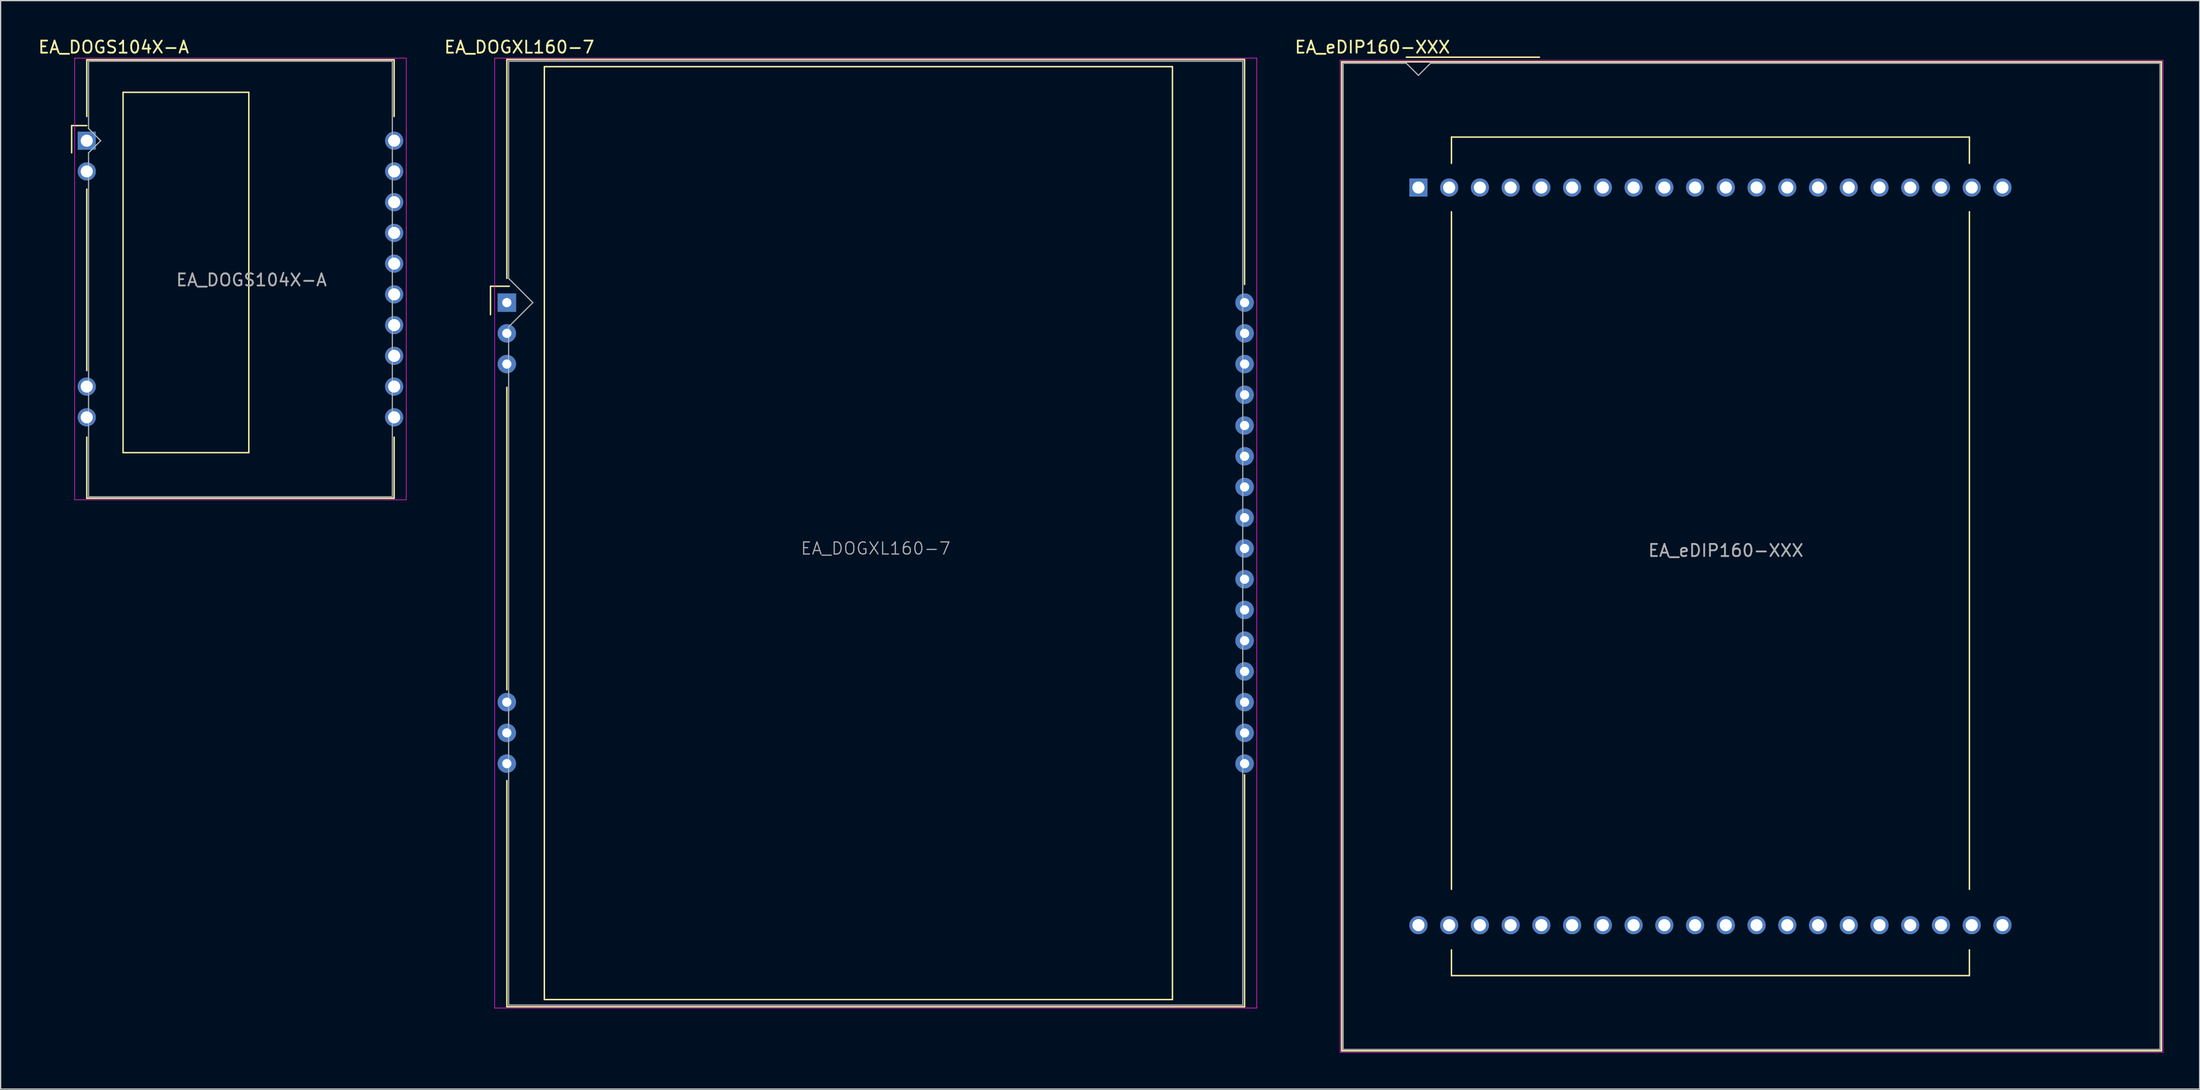
<source format=kicad_pcb>
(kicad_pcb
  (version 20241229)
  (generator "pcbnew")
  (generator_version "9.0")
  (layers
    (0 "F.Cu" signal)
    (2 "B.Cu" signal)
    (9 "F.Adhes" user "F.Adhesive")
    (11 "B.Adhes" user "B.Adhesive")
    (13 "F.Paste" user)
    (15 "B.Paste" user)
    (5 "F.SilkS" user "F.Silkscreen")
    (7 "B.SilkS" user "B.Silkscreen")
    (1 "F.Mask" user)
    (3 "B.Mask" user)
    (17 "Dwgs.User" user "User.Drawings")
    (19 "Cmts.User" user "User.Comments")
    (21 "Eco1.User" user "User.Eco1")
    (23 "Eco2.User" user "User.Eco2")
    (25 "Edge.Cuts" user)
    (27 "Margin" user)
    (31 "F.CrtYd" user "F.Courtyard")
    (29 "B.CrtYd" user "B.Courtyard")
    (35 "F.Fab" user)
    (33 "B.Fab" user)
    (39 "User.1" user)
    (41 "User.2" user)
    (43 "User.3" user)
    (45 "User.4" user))
  (footprint "EA_DOGS104X-A"
    (layer "F.Cu")
    (at 4.119 8.578)
    (property "Reference" "EA_DOGS104X-A" (at 2.22 -7.73 0) (layer "F.SilkS") (effects (font (size 1 1) (thickness 0.15))))
    (attr through_hole)
    (fp_line (start -1.25 -1.25) (end -1.25 1) (stroke (width 0.12) (type solid)) (layer "F.SilkS"))
    (fp_line (start -1.25 -1.25) (end 0 -1.25) (stroke (width 0.12) (type solid)) (layer "F.SilkS"))
    (fp_line (start 0 -6.69) (end 25.4 -6.69) (stroke (width 0.12) (type solid)) (layer "F.SilkS"))
    (fp_line (start 0 -2) (end 0 -6.69) (stroke (width 0.12) (type solid)) (layer "F.SilkS"))
    (fp_line (start 0 4) (end 0 19) (stroke (width 0.12) (type solid)) (layer "F.SilkS"))
    (fp_line (start 0 24.5) (end 0 29.55) (stroke (width 0.12) (type solid)) (layer "F.SilkS"))
    (fp_line (start 3 -4) (end 3 25.78) (stroke (width 0.12) (type solid)) (layer "F.SilkS"))
    (fp_line (start 3 25.78) (end 13.39 25.78) (stroke (width 0.12) (type solid)) (layer "F.SilkS"))
    (fp_line (start 13.39 -4) (end 3 -4) (stroke (width 0.12) (type solid)) (layer "F.SilkS"))
    (fp_line (start 13.39 25.78) (end 13.39 -4) (stroke (width 0.12) (type solid)) (layer "F.SilkS"))
    (fp_line (start 25.4 -6.69) (end 25.4 -2) (stroke (width 0.12) (type solid)) (layer "F.SilkS"))
    (fp_line (start 25.4 24.5) (end 25.4 29.55) (stroke (width 0.12) (type solid)) (layer "F.SilkS"))
    (fp_line (start 25.4 29.55) (end 0 29.55) (stroke (width 0.12) (type solid)) (layer "F.SilkS"))
    (fp_line (start -1 -6.82) (end 26.4 -6.82) (stroke (width 0.05) (type solid)) (layer "F.CrtYd"))
    (fp_line (start -1 29.68) (end -1 -6.82) (stroke (width 0.05) (type solid)) (layer "F.CrtYd"))
    (fp_line (start 26.4 -6.82) (end 26.4 29.68) (stroke (width 0.05) (type solid)) (layer "F.CrtYd"))
    (fp_line (start 26.4 29.68) (end -1 29.68) (stroke (width 0.05) (type solid)) (layer "F.CrtYd"))
    (fp_line (start 0.15 -6.57) (end 25.25 -6.57) (stroke (width 0.1) (type solid)) (layer "F.Fab"))
    (fp_line (start 0.15 -1) (end 0.15 -6.57) (stroke (width 0.1) (type solid)) (layer "F.Fab"))
    (fp_line (start 0.15 -1) (end 1.15 0) (stroke (width 0.1) (type solid)) (layer "F.Fab"))
    (fp_line (start 0.15 1) (end 0.15 29.43) (stroke (width 0.1) (type solid)) (layer "F.Fab"))
    (fp_line (start 1.15 0) (end 0.15 1) (stroke (width 0.1) (type solid)) (layer "F.Fab"))
    (fp_line (start 25.25 -6.57) (end 25.25 29.43) (stroke (width 0.1) (type solid)) (layer "F.Fab"))
    (fp_line (start 25.25 29.43) (end 0.15 29.43) (stroke (width 0.1) (type solid)) (layer "F.Fab"))
    (fp_text user "${REFERENCE}" (at 13.61 11.51 0) (layer "F.Fab") (effects (font (size 1 1) (thickness 0.15))))
    (pad "1" thru_hole rect (at 0 0) (size 1.5 1.5) (drill 1) (layers "*.Cu" "*.Mask"))
    (pad "2" thru_hole circle (at 0 2.54) (size 1.5 1.5) (drill 1) (layers "*.Cu" "*.Mask"))
    (pad "9" thru_hole circle (at 0 20.32) (size 1.5 1.5) (drill 1) (layers "*.Cu" "*.Mask"))
    (pad "10" thru_hole circle (at 0 22.86) (size 1.5 1.5) (drill 1) (layers "*.Cu" "*.Mask"))
    (pad "11" thru_hole circle (at 25.4 22.86) (size 1.5 1.5) (drill 1) (layers "*.Cu" "*.Mask"))
    (pad "12" thru_hole circle (at 25.4 20.32) (size 1.5 1.5) (drill 1) (layers "*.Cu" "*.Mask"))
    (pad "13" thru_hole circle (at 25.4 17.78) (size 1.5 1.5) (drill 1) (layers "*.Cu" "*.Mask"))
    (pad "14" thru_hole circle (at 25.4 15.24) (size 1.5 1.5) (drill 1) (layers "*.Cu" "*.Mask"))
    (pad "15" thru_hole circle (at 25.4 12.7) (size 1.5 1.5) (drill 1) (layers "*.Cu" "*.Mask"))
    (pad "16" thru_hole circle (at 25.4 10.16) (size 1.5 1.5) (drill 1) (layers "*.Cu" "*.Mask"))
    (pad "17" thru_hole circle (at 25.4 7.62) (size 1.5 1.5) (drill 1) (layers "*.Cu" "*.Mask"))
    (pad "18" thru_hole circle (at 25.4 5.08) (size 1.5 1.5) (drill 1) (layers "*.Cu" "*.Mask"))
    (pad "19" thru_hole circle (at 25.4 2.54) (size 1.5 1.5) (drill 1) (layers "*.Cu" "*.Mask"))
    (pad "20" thru_hole circle (at 25.4 0) (size 1.5 1.5) (drill 1) (layers "*.Cu" "*.Mask")))
  (footprint "EA_DOGXL160-7"
    (layer "F.Cu")
    (at 38.83 21.958)
    (property "Reference" "EA_DOGXL160-7" (at 1.03 -21.11 0) (layer "F.SilkS") (effects (font (size 1 1) (thickness 0.15))))
    (attr through_hole)
    (fp_line (start -1.35 -1.35) (end -1.35 1) (stroke (width 0.12) (type solid)) (layer "F.SilkS"))
    (fp_line (start 0 -20.09) (end 0 -2) (stroke (width 0.12) (type solid)) (layer "F.SilkS"))
    (fp_line (start 0 7) (end 0 32) (stroke (width 0.12) (type solid)) (layer "F.SilkS"))
    (fp_line (start 0 39.5) (end 0 58.19) (stroke (width 0.12) (type solid)) (layer "F.SilkS"))
    (fp_line (start 0 58.19) (end 60.96 58.19) (stroke (width 0.12) (type solid)) (layer "F.SilkS"))
    (fp_line (start 0.2 -1.35) (end -1.35 -1.35) (stroke (width 0.12) (type solid)) (layer "F.SilkS"))
    (fp_line (start 3.1 -19.5) (end 3.1 57.6) (stroke (width 0.12) (type solid)) (layer "F.SilkS"))
    (fp_line (start 3.1 57.6) (end 55 57.6) (stroke (width 0.12) (type solid)) (layer "F.SilkS"))
    (fp_line (start 55 -19.5) (end 3.1 -19.5) (stroke (width 0.12) (type solid)) (layer "F.SilkS"))
    (fp_line (start 55 57.6) (end 55 -19.5) (stroke (width 0.12) (type solid)) (layer "F.SilkS"))
    (fp_line (start 60.96 -20.09) (end 0 -20.09) (stroke (width 0.12) (type solid)) (layer "F.SilkS"))
    (fp_line (start 60.96 -1.5) (end 60.96 -20.08) (stroke (width 0.12) (type solid)) (layer "F.SilkS"))
    (fp_line (start 60.96 58.19) (end 60.96 39.02) (stroke (width 0.12) (type solid)) (layer "F.SilkS"))
    (fp_line (start -1.01 -20.2) (end 61.97 -20.2) (stroke (width 0.05) (type solid)) (layer "F.CrtYd"))
    (fp_line (start -1.01 58.3) (end -1.01 -20.2) (stroke (width 0.05) (type solid)) (layer "F.CrtYd"))
    (fp_line (start 61.97 -20.2) (end 61.97 58.3) (stroke (width 0.05) (type solid)) (layer "F.CrtYd"))
    (fp_line (start 61.97 58.3) (end -1.01 58.3) (stroke (width 0.05) (type solid)) (layer "F.CrtYd"))
    (fp_line (start 0.15 -19.95) (end 60.81 -19.95) (stroke (width 0.1) (type solid)) (layer "F.Fab"))
    (fp_line (start 0.15 -2) (end 0.15 -19.95) (stroke (width 0.1) (type solid)) (layer "F.Fab"))
    (fp_line (start 0.15 -2) (end 2.15 0) (stroke (width 0.1) (type solid)) (layer "F.Fab"))
    (fp_line (start 0.15 2) (end 0.15 58.05) (stroke (width 0.1) (type solid)) (layer "F.Fab"))
    (fp_line (start 2.15 0) (end 0.15 2) (stroke (width 0.1) (type solid)) (layer "F.Fab"))
    (fp_line (start 60.81 -19.95) (end 60.81 58.05) (stroke (width 0.1) (type solid)) (layer "F.Fab"))
    (fp_line (start 60.81 58.05) (end 0.15 58.05) (stroke (width 0.1) (type solid)) (layer "F.Fab"))
    (fp_text user "${REFERENCE}" (at 30.48 20.32 0) (layer "F.Fab") (effects (font (size 1 1) (thickness 0.1))))
    (pad "1" thru_hole rect (at 0 0) (size 1.524 1.524) (drill 0.762) (layers "*.Cu" "*.Mask"))
    (pad "2" thru_hole circle (at 0 2.54) (size 1.524 1.524) (drill 0.762) (layers "*.Cu" "*.Mask"))
    (pad "3" thru_hole circle (at 0 5.08) (size 1.524 1.524) (drill 0.762) (layers "*.Cu" "*.Mask"))
    (pad "14" thru_hole circle (at 0 33.02) (size 1.524 1.524) (drill 0.762) (layers "*.Cu" "*.Mask"))
    (pad "15" thru_hole circle (at 0 35.56) (size 1.524 1.524) (drill 0.762) (layers "*.Cu" "*.Mask"))
    (pad "16" thru_hole circle (at 0 38.1) (size 1.524 1.524) (drill 0.762) (layers "*.Cu" "*.Mask"))
    (pad "17" thru_hole circle (at 60.96 38.1) (size 1.524 1.524) (drill 0.762) (layers "*.Cu" "*.Mask"))
    (pad "18" thru_hole circle (at 60.96 35.56) (size 1.524 1.524) (drill 0.762) (layers "*.Cu" "*.Mask"))
    (pad "19" thru_hole circle (at 60.96 33.02) (size 1.524 1.524) (drill 0.762) (layers "*.Cu" "*.Mask"))
    (pad "20" thru_hole circle (at 60.96 30.48) (size 1.524 1.524) (drill 0.762) (layers "*.Cu" "*.Mask"))
    (pad "21" thru_hole circle (at 60.96 27.94) (size 1.524 1.524) (drill 0.762) (layers "*.Cu" "*.Mask"))
    (pad "22" thru_hole circle (at 60.96 25.4) (size 1.524 1.524) (drill 0.762) (layers "*.Cu" "*.Mask"))
    (pad "23" thru_hole circle (at 60.96 22.86) (size 1.524 1.524) (drill 0.762) (layers "*.Cu" "*.Mask"))
    (pad "24" thru_hole circle (at 60.96 20.32) (size 1.524 1.524) (drill 0.762) (layers "*.Cu" "*.Mask"))
    (pad "25" thru_hole circle (at 60.96 17.78) (size 1.524 1.524) (drill 0.762) (layers "*.Cu" "*.Mask"))
    (pad "26" thru_hole circle (at 60.96 15.24) (size 1.524 1.524) (drill 0.762) (layers "*.Cu" "*.Mask"))
    (pad "27" thru_hole circle (at 60.96 12.7) (size 1.524 1.524) (drill 0.762) (layers "*.Cu" "*.Mask"))
    (pad "28" thru_hole circle (at 60.96 10.16) (size 1.524 1.524) (drill 0.762) (layers "*.Cu" "*.Mask"))
    (pad "29" thru_hole circle (at 60.96 7.62) (size 1.524 1.524) (drill 0.762) (layers "*.Cu" "*.Mask"))
    (pad "30" thru_hole circle (at 60.96 5.08) (size 1.524 1.524) (drill 0.762) (layers "*.Cu" "*.Mask"))
    (pad "31" thru_hole circle (at 60.96 2.54) (size 1.524 1.524) (drill 0.762) (layers "*.Cu" "*.Mask"))
    (pad "32" thru_hole circle (at 60.96 0) (size 1.524 1.524) (drill 0.762) (layers "*.Cu" "*.Mask")))
  (footprint "EA_eDIP160-XXX"
    (layer "F.Cu")
    (at 114.155 12.448)
    (property "Reference" "EA_eDIP160-XXX" (at -3.8 -11.6 0) (layer "F.SilkS") (effects (font (size 1 1) (thickness 0.15))))
    (attr through_hole)
    (fp_line (start -6.34 -10.39) (end 61.4 -10.39) (stroke (width 0.12) (type solid)) (layer "F.SilkS"))
    (fp_line (start -6.34 71.35) (end -6.34 -10.39) (stroke (width 0.12) (type solid)) (layer "F.SilkS"))
    (fp_line (start -1 -10.77) (end 10 -10.77) (stroke (width 0.12) (type solid)) (layer "F.SilkS"))
    (fp_line (start 2.73 -4.17) (end 2.73 -2) (stroke (width 0.12) (type solid)) (layer "F.SilkS"))
    (fp_line (start 2.73 -4.17) (end 45.53 -4.17) (stroke (width 0.12) (type solid)) (layer "F.SilkS"))
    (fp_line (start 2.73 2) (end 2.73 58) (stroke (width 0.12) (type solid)) (layer "F.SilkS"))
    (fp_line (start 2.73 63) (end 2.73 65.13) (stroke (width 0.12) (type solid)) (layer "F.SilkS"))
    (fp_line (start 45.53 -4.175) (end 45.53 -2) (stroke (width 0.12) (type solid)) (layer "F.SilkS"))
    (fp_line (start 45.53 2) (end 45.53 58) (stroke (width 0.12) (type solid)) (layer "F.SilkS"))
    (fp_line (start 45.53 63) (end 45.53 65.13) (stroke (width 0.12) (type solid)) (layer "F.SilkS"))
    (fp_line (start 45.53 65.13) (end 2.73 65.13) (stroke (width 0.12) (type solid)) (layer "F.SilkS"))
    (fp_line (start 61.4 -10.39) (end 61.4 71.35) (stroke (width 0.12) (type solid)) (layer "F.SilkS"))
    (fp_line (start 61.4 71.35) (end -6.34 71.35) (stroke (width 0.12) (type solid)) (layer "F.SilkS"))
    (fp_line (start -6.47 -10.52) (end 61.53 -10.52) (stroke (width 0.05) (type solid)) (layer "F.CrtYd"))
    (fp_line (start -6.47 71.48) (end -6.47 -10.52) (stroke (width 0.05) (type solid)) (layer "F.CrtYd"))
    (fp_line (start 61.53 -10.52) (end 61.53 71.48) (stroke (width 0.05) (type solid)) (layer "F.CrtYd"))
    (fp_line (start 61.53 71.48) (end -6.47 71.48) (stroke (width 0.05) (type solid)) (layer "F.CrtYd"))
    (fp_line (start -6.22 71.23) (end -6.22 -10.27) (stroke (width 0.1) (type solid)) (layer "F.Fab"))
    (fp_line (start -1 -10.27) (end -6.22 -10.27) (stroke (width 0.1) (type solid)) (layer "F.Fab"))
    (fp_line (start -1 -10.27) (end 0 -9.27) (stroke (width 0.1) (type solid)) (layer "F.Fab"))
    (fp_line (start 0 -9.27) (end 1 -10.27) (stroke (width 0.1) (type solid)) (layer "F.Fab"))
    (fp_line (start 1 -10.27) (end 61.28 -10.27) (stroke (width 0.1) (type solid)) (layer "F.Fab"))
    (fp_line (start 61.28 -10.27) (end 61.28 71.23) (stroke (width 0.1) (type solid)) (layer "F.Fab"))
    (fp_line (start 61.28 71.23) (end -6.22 71.23) (stroke (width 0.1) (type solid)) (layer "F.Fab"))
    (fp_text user "${REFERENCE}" (at 25.4 30 0) (layer "F.Fab") (effects (font (size 1 1) (thickness 0.15))))
    (pad "1" thru_hole rect (at 0 0) (size 1.5 1.5) (drill 1) (layers "*.Cu" "*.Mask"))
    (pad "2" thru_hole circle (at 2.54 0) (size 1.5 1.5) (drill 1) (layers "*.Cu" "*.Mask"))
    (pad "3" thru_hole circle (at 5.08 0) (size 1.5 1.5) (drill 1) (layers "*.Cu" "*.Mask"))
    (pad "4" thru_hole circle (at 7.62 0) (size 1.5 1.5) (drill 1) (layers "*.Cu" "*.Mask"))
    (pad "5" thru_hole circle (at 10.16 0) (size 1.5 1.5) (drill 1) (layers "*.Cu" "*.Mask"))
    (pad "6" thru_hole circle (at 12.7 0) (size 1.5 1.5) (drill 1) (layers "*.Cu" "*.Mask"))
    (pad "7" thru_hole circle (at 15.24 0) (size 1.5 1.5) (drill 1) (layers "*.Cu" "*.Mask"))
    (pad "8" thru_hole circle (at 17.78 0) (size 1.5 1.5) (drill 1) (layers "*.Cu" "*.Mask"))
    (pad "9" thru_hole circle (at 20.32 0) (size 1.5 1.5) (drill 1) (layers "*.Cu" "*.Mask"))
    (pad "10" thru_hole circle (at 22.86 0) (size 1.5 1.5) (drill 1) (layers "*.Cu" "*.Mask"))
    (pad "11" thru_hole circle (at 25.4 0) (size 1.5 1.5) (drill 1) (layers "*.Cu" "*.Mask"))
    (pad "12" thru_hole circle (at 27.94 0) (size 1.5 1.5) (drill 1) (layers "*.Cu" "*.Mask"))
    (pad "13" thru_hole circle (at 30.48 0) (size 1.5 1.5) (drill 1) (layers "*.Cu" "*.Mask"))
    (pad "14" thru_hole circle (at 33.02 0) (size 1.5 1.5) (drill 1) (layers "*.Cu" "*.Mask"))
    (pad "15" thru_hole circle (at 35.56 0) (size 1.5 1.5) (drill 1) (layers "*.Cu" "*.Mask"))
    (pad "16" thru_hole circle (at 38.1 0) (size 1.5 1.5) (drill 1) (layers "*.Cu" "*.Mask"))
    (pad "17" thru_hole circle (at 40.64 0) (size 1.5 1.5) (drill 1) (layers "*.Cu" "*.Mask"))
    (pad "18" thru_hole circle (at 43.18 0) (size 1.5 1.5) (drill 1) (layers "*.Cu" "*.Mask"))
    (pad "19" thru_hole circle (at 45.72 0) (size 1.5 1.5) (drill 1) (layers "*.Cu" "*.Mask"))
    (pad "20" thru_hole circle (at 48.26 0) (size 1.5 1.5) (drill 1) (layers "*.Cu" "*.Mask"))
    (pad "21" thru_hole circle (at 48.26 60.96) (size 1.5 1.5) (drill 1) (layers "*.Cu" "*.Mask"))
    (pad "22" thru_hole circle (at 45.72 60.96) (size 1.5 1.5) (drill 1) (layers "*.Cu" "*.Mask"))
    (pad "23" thru_hole circle (at 43.18 60.96) (size 1.5 1.5) (drill 1) (layers "*.Cu" "*.Mask"))
    (pad "24" thru_hole circle (at 40.64 60.96) (size 1.5 1.5) (drill 1) (layers "*.Cu" "*.Mask"))
    (pad "25" thru_hole circle (at 38.1 60.96) (size 1.5 1.5) (drill 1) (layers "*.Cu" "*.Mask"))
    (pad "26" thru_hole circle (at 35.56 60.96) (size 1.5 1.5) (drill 1) (layers "*.Cu" "*.Mask"))
    (pad "27" thru_hole circle (at 33.02 60.96) (size 1.5 1.5) (drill 1) (layers "*.Cu" "*.Mask"))
    (pad "28" thru_hole circle (at 30.48 60.96) (size 1.5 1.5) (drill 1) (layers "*.Cu" "*.Mask"))
    (pad "29" thru_hole circle (at 27.94 60.96) (size 1.5 1.5) (drill 1) (layers "*.Cu" "*.Mask"))
    (pad "30" thru_hole circle (at 25.4 60.96) (size 1.5 1.5) (drill 1) (layers "*.Cu" "*.Mask"))
    (pad "31" thru_hole circle (at 22.86 60.96) (size 1.5 1.5) (drill 1) (layers "*.Cu" "*.Mask"))
    (pad "32" thru_hole circle (at 20.32 60.96) (size 1.5 1.5) (drill 1) (layers "*.Cu" "*.Mask"))
    (pad "33" thru_hole circle (at 17.78 60.96) (size 1.5 1.5) (drill 1) (layers "*.Cu" "*.Mask"))
    (pad "34" thru_hole circle (at 15.24 60.96) (size 1.5 1.5) (drill 1) (layers "*.Cu" "*.Mask"))
    (pad "35" thru_hole circle (at 12.7 60.96) (size 1.5 1.5) (drill 1) (layers "*.Cu" "*.Mask"))
    (pad "36" thru_hole circle (at 10.16 60.96) (size 1.5 1.5) (drill 1) (layers "*.Cu" "*.Mask"))
    (pad "37" thru_hole circle (at 7.62 60.96) (size 1.5 1.5) (drill 1) (layers "*.Cu" "*.Mask"))
    (pad "38" thru_hole circle (at 5.08 60.96) (size 1.5 1.5) (drill 1) (layers "*.Cu" "*.Mask"))
    (pad "39" thru_hole circle (at 2.54 60.96) (size 1.5 1.5) (drill 1) (layers "*.Cu" "*.Mask"))
    (pad "40" thru_hole circle (at 0 60.96) (size 1.5 1.5) (drill 1) (layers "*.Cu" "*.Mask")))
  (gr_rect
    (start -3 -3)
    (end 178.71 86.953)
    (stroke (width 0.1) (type default))
    (fill no)
    (layer "Edge.Cuts")))
</source>
